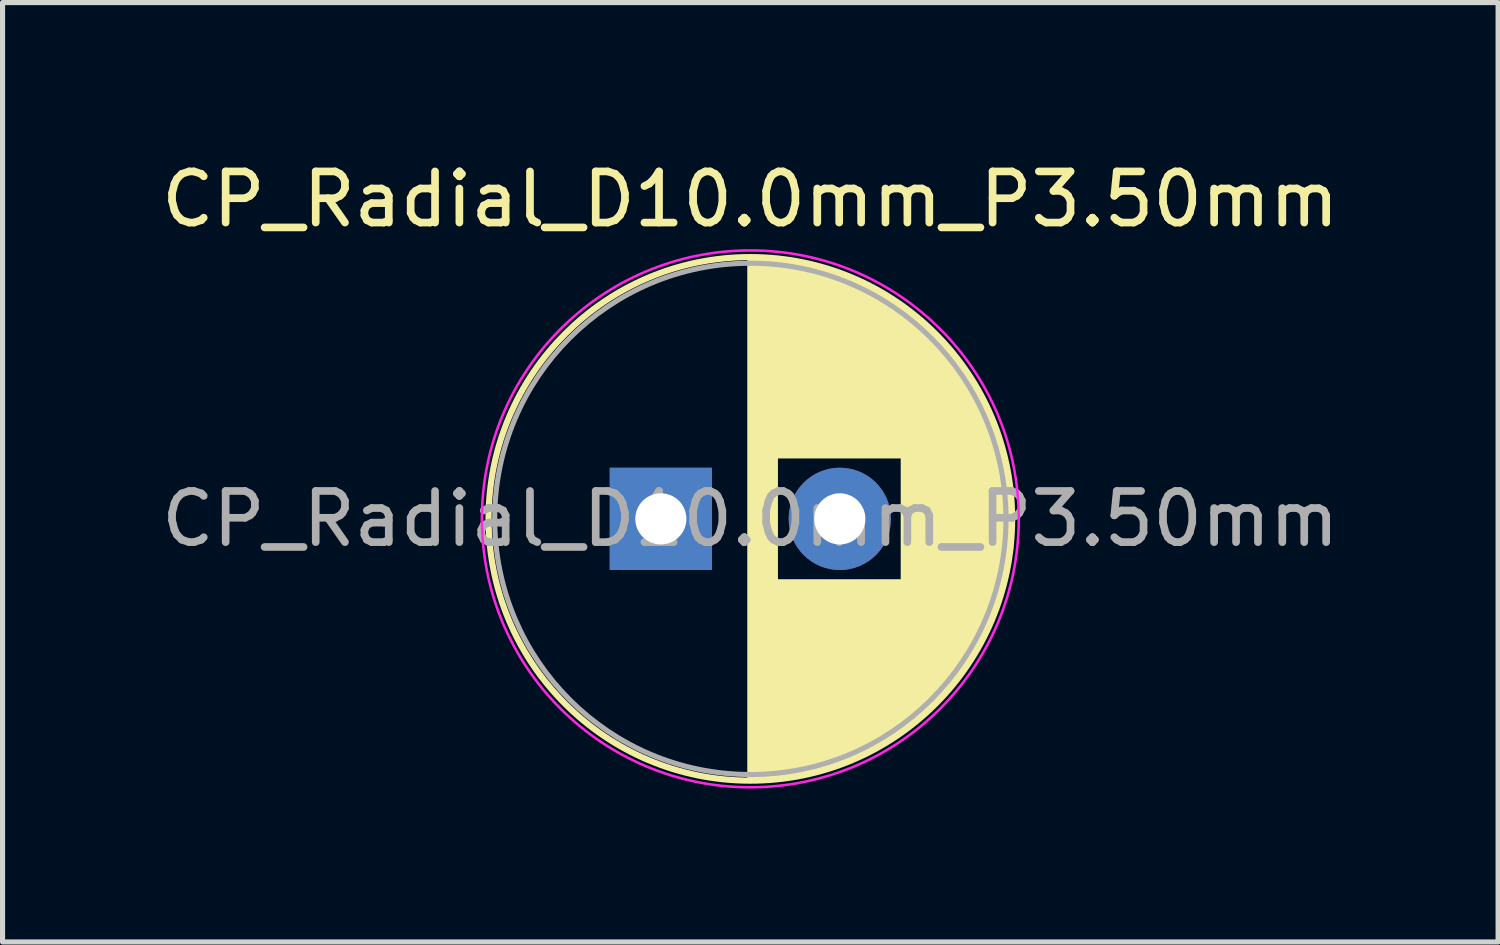
<source format=kicad_pcb>
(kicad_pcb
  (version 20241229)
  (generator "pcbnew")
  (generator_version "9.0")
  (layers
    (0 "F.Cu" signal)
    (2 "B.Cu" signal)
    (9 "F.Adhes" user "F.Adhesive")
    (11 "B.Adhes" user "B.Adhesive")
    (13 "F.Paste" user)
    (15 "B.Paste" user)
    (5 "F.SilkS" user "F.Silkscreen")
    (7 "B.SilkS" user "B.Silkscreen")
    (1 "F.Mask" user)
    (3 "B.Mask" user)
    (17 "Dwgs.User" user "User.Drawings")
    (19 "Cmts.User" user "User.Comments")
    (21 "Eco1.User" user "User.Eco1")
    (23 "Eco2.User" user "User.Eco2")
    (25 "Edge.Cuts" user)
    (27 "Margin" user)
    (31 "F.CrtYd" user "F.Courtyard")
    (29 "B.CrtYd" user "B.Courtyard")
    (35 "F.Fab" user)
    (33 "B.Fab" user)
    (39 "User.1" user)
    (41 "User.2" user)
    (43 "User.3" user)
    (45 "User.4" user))
  (footprint "CP_Radial_D10.0mm_P3.50mm"
    (layer "F.Cu")
    (at 9.875 7.098)
    (property "Reference" "CP_Radial_D10.0mm_P3.50mm" (at 1.75 -6.25 0) (layer "F.SilkS") (effects (font (size 1 1) (thickness 0.15))))
    (attr through_hole)
    (fp_line (start 1.75 -5.08) (end 1.75 5.08) (stroke (width 0.12) (type solid)) (layer "F.SilkS"))
    (fp_line (start 1.79 -5.08) (end 1.79 5.08) (stroke (width 0.12) (type solid)) (layer "F.SilkS"))
    (fp_line (start 1.83 -5.08) (end 1.83 5.08) (stroke (width 0.12) (type solid)) (layer "F.SilkS"))
    (fp_line (start 1.87 -5.079) (end 1.87 5.079) (stroke (width 0.12) (type solid)) (layer "F.SilkS"))
    (fp_line (start 1.91 -5.078) (end 1.91 5.078) (stroke (width 0.12) (type solid)) (layer "F.SilkS"))
    (fp_line (start 1.95 -5.077) (end 1.95 5.077) (stroke (width 0.12) (type solid)) (layer "F.SilkS"))
    (fp_line (start 1.99 -5.075) (end 1.99 5.075) (stroke (width 0.12) (type solid)) (layer "F.SilkS"))
    (fp_line (start 2.03 -5.073) (end 2.03 5.073) (stroke (width 0.12) (type solid)) (layer "F.SilkS"))
    (fp_line (start 2.07 -5.07) (end 2.07 5.07) (stroke (width 0.12) (type solid)) (layer "F.SilkS"))
    (fp_line (start 2.11 -5.068) (end 2.11 5.068) (stroke (width 0.12) (type solid)) (layer "F.SilkS"))
    (fp_line (start 2.15 -5.065) (end 2.15 5.065) (stroke (width 0.12) (type solid)) (layer "F.SilkS"))
    (fp_line (start 2.19 -5.062) (end 2.19 5.062) (stroke (width 0.12) (type solid)) (layer "F.SilkS"))
    (fp_line (start 2.23 -5.058) (end 2.23 5.058) (stroke (width 0.12) (type solid)) (layer "F.SilkS"))
    (fp_line (start 2.27 -5.054) (end 2.27 -1.241) (stroke (width 0.12) (type solid)) (layer "F.SilkS"))
    (fp_line (start 2.27 1.241) (end 2.27 5.054) (stroke (width 0.12) (type solid)) (layer "F.SilkS"))
    (fp_line (start 2.31 -5.05) (end 2.31 -1.241) (stroke (width 0.12) (type solid)) (layer "F.SilkS"))
    (fp_line (start 2.31 1.241) (end 2.31 5.05) (stroke (width 0.12) (type solid)) (layer "F.SilkS"))
    (fp_line (start 2.35 -5.045) (end 2.35 -1.241) (stroke (width 0.12) (type solid)) (layer "F.SilkS"))
    (fp_line (start 2.35 1.241) (end 2.35 5.045) (stroke (width 0.12) (type solid)) (layer "F.SilkS"))
    (fp_line (start 2.39 -5.04) (end 2.39 -1.241) (stroke (width 0.12) (type solid)) (layer "F.SilkS"))
    (fp_line (start 2.39 1.241) (end 2.39 5.04) (stroke (width 0.12) (type solid)) (layer "F.SilkS"))
    (fp_line (start 2.43 -5.035) (end 2.43 -1.241) (stroke (width 0.12) (type solid)) (layer "F.SilkS"))
    (fp_line (start 2.43 1.241) (end 2.43 5.035) (stroke (width 0.12) (type solid)) (layer "F.SilkS"))
    (fp_line (start 2.471 -5.03) (end 2.471 -1.241) (stroke (width 0.12) (type solid)) (layer "F.SilkS"))
    (fp_line (start 2.471 1.241) (end 2.471 5.03) (stroke (width 0.12) (type solid)) (layer "F.SilkS"))
    (fp_line (start 2.511 -5.024) (end 2.511 -1.241) (stroke (width 0.12) (type solid)) (layer "F.SilkS"))
    (fp_line (start 2.511 1.241) (end 2.511 5.024) (stroke (width 0.12) (type solid)) (layer "F.SilkS"))
    (fp_line (start 2.551 -5.018) (end 2.551 -1.241) (stroke (width 0.12) (type solid)) (layer "F.SilkS"))
    (fp_line (start 2.551 1.241) (end 2.551 5.018) (stroke (width 0.12) (type solid)) (layer "F.SilkS"))
    (fp_line (start 2.591 -5.011) (end 2.591 -1.241) (stroke (width 0.12) (type solid)) (layer "F.SilkS"))
    (fp_line (start 2.591 1.241) (end 2.591 5.011) (stroke (width 0.12) (type solid)) (layer "F.SilkS"))
    (fp_line (start 2.631 -5.004) (end 2.631 -1.241) (stroke (width 0.12) (type solid)) (layer "F.SilkS"))
    (fp_line (start 2.631 1.241) (end 2.631 5.004) (stroke (width 0.12) (type solid)) (layer "F.SilkS"))
    (fp_line (start 2.671 -4.997) (end 2.671 -1.241) (stroke (width 0.12) (type solid)) (layer "F.SilkS"))
    (fp_line (start 2.671 1.241) (end 2.671 4.997) (stroke (width 0.12) (type solid)) (layer "F.SilkS"))
    (fp_line (start 2.711 -4.99) (end 2.711 -1.241) (stroke (width 0.12) (type solid)) (layer "F.SilkS"))
    (fp_line (start 2.711 1.241) (end 2.711 4.99) (stroke (width 0.12) (type solid)) (layer "F.SilkS"))
    (fp_line (start 2.751 -4.982) (end 2.751 -1.241) (stroke (width 0.12) (type solid)) (layer "F.SilkS"))
    (fp_line (start 2.751 1.241) (end 2.751 4.982) (stroke (width 0.12) (type solid)) (layer "F.SilkS"))
    (fp_line (start 2.791 -4.974) (end 2.791 -1.241) (stroke (width 0.12) (type solid)) (layer "F.SilkS"))
    (fp_line (start 2.791 1.241) (end 2.791 4.974) (stroke (width 0.12) (type solid)) (layer "F.SilkS"))
    (fp_line (start 2.831 -4.965) (end 2.831 -1.241) (stroke (width 0.12) (type solid)) (layer "F.SilkS"))
    (fp_line (start 2.831 1.241) (end 2.831 4.965) (stroke (width 0.12) (type solid)) (layer "F.SilkS"))
    (fp_line (start 2.871 -4.956) (end 2.871 -1.241) (stroke (width 0.12) (type solid)) (layer "F.SilkS"))
    (fp_line (start 2.871 1.241) (end 2.871 4.956) (stroke (width 0.12) (type solid)) (layer "F.SilkS"))
    (fp_line (start 2.911 -4.947) (end 2.911 -1.241) (stroke (width 0.12) (type solid)) (layer "F.SilkS"))
    (fp_line (start 2.911 1.241) (end 2.911 4.947) (stroke (width 0.12) (type solid)) (layer "F.SilkS"))
    (fp_line (start 2.951 -4.938) (end 2.951 -1.241) (stroke (width 0.12) (type solid)) (layer "F.SilkS"))
    (fp_line (start 2.951 1.241) (end 2.951 4.938) (stroke (width 0.12) (type solid)) (layer "F.SilkS"))
    (fp_line (start 2.991 -4.928) (end 2.991 -1.241) (stroke (width 0.12) (type solid)) (layer "F.SilkS"))
    (fp_line (start 2.991 1.241) (end 2.991 4.928) (stroke (width 0.12) (type solid)) (layer "F.SilkS"))
    (fp_line (start 3.031 -4.918) (end 3.031 -1.241) (stroke (width 0.12) (type solid)) (layer "F.SilkS"))
    (fp_line (start 3.031 1.241) (end 3.031 4.918) (stroke (width 0.12) (type solid)) (layer "F.SilkS"))
    (fp_line (start 3.071 -4.907) (end 3.071 -1.241) (stroke (width 0.12) (type solid)) (layer "F.SilkS"))
    (fp_line (start 3.071 1.241) (end 3.071 4.907) (stroke (width 0.12) (type solid)) (layer "F.SilkS"))
    (fp_line (start 3.111 -4.897) (end 3.111 -1.241) (stroke (width 0.12) (type solid)) (layer "F.SilkS"))
    (fp_line (start 3.111 1.241) (end 3.111 4.897) (stroke (width 0.12) (type solid)) (layer "F.SilkS"))
    (fp_line (start 3.151 -4.885) (end 3.151 -1.241) (stroke (width 0.12) (type solid)) (layer "F.SilkS"))
    (fp_line (start 3.151 1.241) (end 3.151 4.885) (stroke (width 0.12) (type solid)) (layer "F.SilkS"))
    (fp_line (start 3.191 -4.874) (end 3.191 -1.241) (stroke (width 0.12) (type solid)) (layer "F.SilkS"))
    (fp_line (start 3.191 1.241) (end 3.191 4.874) (stroke (width 0.12) (type solid)) (layer "F.SilkS"))
    (fp_line (start 3.231 -4.862) (end 3.231 -1.241) (stroke (width 0.12) (type solid)) (layer "F.SilkS"))
    (fp_line (start 3.231 1.241) (end 3.231 4.862) (stroke (width 0.12) (type solid)) (layer "F.SilkS"))
    (fp_line (start 3.271 -4.85) (end 3.271 -1.241) (stroke (width 0.12) (type solid)) (layer "F.SilkS"))
    (fp_line (start 3.271 1.241) (end 3.271 4.85) (stroke (width 0.12) (type solid)) (layer "F.SilkS"))
    (fp_line (start 3.311 -4.837) (end 3.311 -1.241) (stroke (width 0.12) (type solid)) (layer "F.SilkS"))
    (fp_line (start 3.311 1.241) (end 3.311 4.837) (stroke (width 0.12) (type solid)) (layer "F.SilkS"))
    (fp_line (start 3.351 -4.824) (end 3.351 -1.241) (stroke (width 0.12) (type solid)) (layer "F.SilkS"))
    (fp_line (start 3.351 1.241) (end 3.351 4.824) (stroke (width 0.12) (type solid)) (layer "F.SilkS"))
    (fp_line (start 3.391 -4.811) (end 3.391 -1.241) (stroke (width 0.12) (type solid)) (layer "F.SilkS"))
    (fp_line (start 3.391 1.241) (end 3.391 4.811) (stroke (width 0.12) (type solid)) (layer "F.SilkS"))
    (fp_line (start 3.431 -4.797) (end 3.431 -1.241) (stroke (width 0.12) (type solid)) (layer "F.SilkS"))
    (fp_line (start 3.431 1.241) (end 3.431 4.797) (stroke (width 0.12) (type solid)) (layer "F.SilkS"))
    (fp_line (start 3.471 -4.783) (end 3.471 -1.241) (stroke (width 0.12) (type solid)) (layer "F.SilkS"))
    (fp_line (start 3.471 1.241) (end 3.471 4.783) (stroke (width 0.12) (type solid)) (layer "F.SilkS"))
    (fp_line (start 3.511 -4.768) (end 3.511 -1.241) (stroke (width 0.12) (type solid)) (layer "F.SilkS"))
    (fp_line (start 3.511 1.241) (end 3.511 4.768) (stroke (width 0.12) (type solid)) (layer "F.SilkS"))
    (fp_line (start 3.551 -4.754) (end 3.551 -1.241) (stroke (width 0.12) (type solid)) (layer "F.SilkS"))
    (fp_line (start 3.551 1.241) (end 3.551 4.754) (stroke (width 0.12) (type solid)) (layer "F.SilkS"))
    (fp_line (start 3.591 -4.738) (end 3.591 -1.241) (stroke (width 0.12) (type solid)) (layer "F.SilkS"))
    (fp_line (start 3.591 1.241) (end 3.591 4.738) (stroke (width 0.12) (type solid)) (layer "F.SilkS"))
    (fp_line (start 3.631 -4.723) (end 3.631 -1.241) (stroke (width 0.12) (type solid)) (layer "F.SilkS"))
    (fp_line (start 3.631 1.241) (end 3.631 4.723) (stroke (width 0.12) (type solid)) (layer "F.SilkS"))
    (fp_line (start 3.671 -4.707) (end 3.671 -1.241) (stroke (width 0.12) (type solid)) (layer "F.SilkS"))
    (fp_line (start 3.671 1.241) (end 3.671 4.707) (stroke (width 0.12) (type solid)) (layer "F.SilkS"))
    (fp_line (start 3.711 -4.69) (end 3.711 -1.241) (stroke (width 0.12) (type solid)) (layer "F.SilkS"))
    (fp_line (start 3.711 1.241) (end 3.711 4.69) (stroke (width 0.12) (type solid)) (layer "F.SilkS"))
    (fp_line (start 3.751 -4.674) (end 3.751 -1.241) (stroke (width 0.12) (type solid)) (layer "F.SilkS"))
    (fp_line (start 3.751 1.241) (end 3.751 4.674) (stroke (width 0.12) (type solid)) (layer "F.SilkS"))
    (fp_line (start 3.791 -4.657) (end 3.791 -1.241) (stroke (width 0.12) (type solid)) (layer "F.SilkS"))
    (fp_line (start 3.791 1.241) (end 3.791 4.657) (stroke (width 0.12) (type solid)) (layer "F.SilkS"))
    (fp_line (start 3.831 -4.639) (end 3.831 -1.241) (stroke (width 0.12) (type solid)) (layer "F.SilkS"))
    (fp_line (start 3.831 1.241) (end 3.831 4.639) (stroke (width 0.12) (type solid)) (layer "F.SilkS"))
    (fp_line (start 3.871 -4.621) (end 3.871 -1.241) (stroke (width 0.12) (type solid)) (layer "F.SilkS"))
    (fp_line (start 3.871 1.241) (end 3.871 4.621) (stroke (width 0.12) (type solid)) (layer "F.SilkS"))
    (fp_line (start 3.911 -4.603) (end 3.911 -1.241) (stroke (width 0.12) (type solid)) (layer "F.SilkS"))
    (fp_line (start 3.911 1.241) (end 3.911 4.603) (stroke (width 0.12) (type solid)) (layer "F.SilkS"))
    (fp_line (start 3.951 -4.584) (end 3.951 -1.241) (stroke (width 0.12) (type solid)) (layer "F.SilkS"))
    (fp_line (start 3.951 1.241) (end 3.951 4.584) (stroke (width 0.12) (type solid)) (layer "F.SilkS"))
    (fp_line (start 3.991 -4.564) (end 3.991 -1.241) (stroke (width 0.12) (type solid)) (layer "F.SilkS"))
    (fp_line (start 3.991 1.241) (end 3.991 4.564) (stroke (width 0.12) (type solid)) (layer "F.SilkS"))
    (fp_line (start 4.031 -4.545) (end 4.031 -1.241) (stroke (width 0.12) (type solid)) (layer "F.SilkS"))
    (fp_line (start 4.031 1.241) (end 4.031 4.545) (stroke (width 0.12) (type solid)) (layer "F.SilkS"))
    (fp_line (start 4.071 -4.525) (end 4.071 -1.241) (stroke (width 0.12) (type solid)) (layer "F.SilkS"))
    (fp_line (start 4.071 1.241) (end 4.071 4.525) (stroke (width 0.12) (type solid)) (layer "F.SilkS"))
    (fp_line (start 4.111 -4.504) (end 4.111 -1.241) (stroke (width 0.12) (type solid)) (layer "F.SilkS"))
    (fp_line (start 4.111 1.241) (end 4.111 4.504) (stroke (width 0.12) (type solid)) (layer "F.SilkS"))
    (fp_line (start 4.151 -4.483) (end 4.151 -1.241) (stroke (width 0.12) (type solid)) (layer "F.SilkS"))
    (fp_line (start 4.151 1.241) (end 4.151 4.483) (stroke (width 0.12) (type solid)) (layer "F.SilkS"))
    (fp_line (start 4.191 -4.462) (end 4.191 -1.241) (stroke (width 0.12) (type solid)) (layer "F.SilkS"))
    (fp_line (start 4.191 1.241) (end 4.191 4.462) (stroke (width 0.12) (type solid)) (layer "F.SilkS"))
    (fp_line (start 4.231 -4.44) (end 4.231 -1.241) (stroke (width 0.12) (type solid)) (layer "F.SilkS"))
    (fp_line (start 4.231 1.241) (end 4.231 4.44) (stroke (width 0.12) (type solid)) (layer "F.SilkS"))
    (fp_line (start 4.271 -4.417) (end 4.271 -1.241) (stroke (width 0.12) (type solid)) (layer "F.SilkS"))
    (fp_line (start 4.271 1.241) (end 4.271 4.417) (stroke (width 0.12) (type solid)) (layer "F.SilkS"))
    (fp_line (start 4.311 -4.395) (end 4.311 -1.241) (stroke (width 0.12) (type solid)) (layer "F.SilkS"))
    (fp_line (start 4.311 1.241) (end 4.311 4.395) (stroke (width 0.12) (type solid)) (layer "F.SilkS"))
    (fp_line (start 4.351 -4.371) (end 4.351 -1.241) (stroke (width 0.12) (type solid)) (layer "F.SilkS"))
    (fp_line (start 4.351 1.241) (end 4.351 4.371) (stroke (width 0.12) (type solid)) (layer "F.SilkS"))
    (fp_line (start 4.391 -4.347) (end 4.391 -1.241) (stroke (width 0.12) (type solid)) (layer "F.SilkS"))
    (fp_line (start 4.391 1.241) (end 4.391 4.347) (stroke (width 0.12) (type solid)) (layer "F.SilkS"))
    (fp_line (start 4.431 -4.323) (end 4.431 -1.241) (stroke (width 0.12) (type solid)) (layer "F.SilkS"))
    (fp_line (start 4.431 1.241) (end 4.431 4.323) (stroke (width 0.12) (type solid)) (layer "F.SilkS"))
    (fp_line (start 4.471 -4.298) (end 4.471 -1.241) (stroke (width 0.12) (type solid)) (layer "F.SilkS"))
    (fp_line (start 4.471 1.241) (end 4.471 4.298) (stroke (width 0.12) (type solid)) (layer "F.SilkS"))
    (fp_line (start 4.511 -4.273) (end 4.511 -1.241) (stroke (width 0.12) (type solid)) (layer "F.SilkS"))
    (fp_line (start 4.511 1.241) (end 4.511 4.273) (stroke (width 0.12) (type solid)) (layer "F.SilkS"))
    (fp_line (start 4.551 -4.247) (end 4.551 -1.241) (stroke (width 0.12) (type solid)) (layer "F.SilkS"))
    (fp_line (start 4.551 1.241) (end 4.551 4.247) (stroke (width 0.12) (type solid)) (layer "F.SilkS"))
    (fp_line (start 4.591 -4.221) (end 4.591 -1.241) (stroke (width 0.12) (type solid)) (layer "F.SilkS"))
    (fp_line (start 4.591 1.241) (end 4.591 4.221) (stroke (width 0.12) (type solid)) (layer "F.SilkS"))
    (fp_line (start 4.631 -4.194) (end 4.631 -1.241) (stroke (width 0.12) (type solid)) (layer "F.SilkS"))
    (fp_line (start 4.631 1.241) (end 4.631 4.194) (stroke (width 0.12) (type solid)) (layer "F.SilkS"))
    (fp_line (start 4.671 -4.166) (end 4.671 -1.241) (stroke (width 0.12) (type solid)) (layer "F.SilkS"))
    (fp_line (start 4.671 1.241) (end 4.671 4.166) (stroke (width 0.12) (type solid)) (layer "F.SilkS"))
    (fp_line (start 4.711 -4.138) (end 4.711 -1.241) (stroke (width 0.12) (type solid)) (layer "F.SilkS"))
    (fp_line (start 4.711 1.241) (end 4.711 4.138) (stroke (width 0.12) (type solid)) (layer "F.SilkS"))
    (fp_line (start 4.751 -4.11) (end 4.751 4.11) (stroke (width 0.12) (type solid)) (layer "F.SilkS"))
    (fp_line (start 4.791 -4.08) (end 4.791 4.08) (stroke (width 0.12) (type solid)) (layer "F.SilkS"))
    (fp_line (start 4.831 -4.05) (end 4.831 4.05) (stroke (width 0.12) (type solid)) (layer "F.SilkS"))
    (fp_line (start 4.871 -4.02) (end 4.871 4.02) (stroke (width 0.12) (type solid)) (layer "F.SilkS"))
    (fp_line (start 4.911 -3.989) (end 4.911 3.989) (stroke (width 0.12) (type solid)) (layer "F.SilkS"))
    (fp_line (start 4.951 -3.957) (end 4.951 3.957) (stroke (width 0.12) (type solid)) (layer "F.SilkS"))
    (fp_line (start 4.991 -3.925) (end 4.991 3.925) (stroke (width 0.12) (type solid)) (layer "F.SilkS"))
    (fp_line (start 5.031 -3.892) (end 5.031 3.892) (stroke (width 0.12) (type solid)) (layer "F.SilkS"))
    (fp_line (start 5.071 -3.858) (end 5.071 3.858) (stroke (width 0.12) (type solid)) (layer "F.SilkS"))
    (fp_line (start 5.111 -3.824) (end 5.111 3.824) (stroke (width 0.12) (type solid)) (layer "F.SilkS"))
    (fp_line (start 5.151 -3.789) (end 5.151 3.789) (stroke (width 0.12) (type solid)) (layer "F.SilkS"))
    (fp_line (start 5.191 -3.753) (end 5.191 3.753) (stroke (width 0.12) (type solid)) (layer "F.SilkS"))
    (fp_line (start 5.231 -3.716) (end 5.231 3.716) (stroke (width 0.12) (type solid)) (layer "F.SilkS"))
    (fp_line (start 5.271 -3.679) (end 5.271 3.679) (stroke (width 0.12) (type solid)) (layer "F.SilkS"))
    (fp_line (start 5.311 -3.64) (end 5.311 3.64) (stroke (width 0.12) (type solid)) (layer "F.SilkS"))
    (fp_line (start 5.351 -3.601) (end 5.351 3.601) (stroke (width 0.12) (type solid)) (layer "F.SilkS"))
    (fp_line (start 5.391 -3.561) (end 5.391 3.561) (stroke (width 0.12) (type solid)) (layer "F.SilkS"))
    (fp_line (start 5.431 -3.52) (end 5.431 3.52) (stroke (width 0.12) (type solid)) (layer "F.SilkS"))
    (fp_line (start 5.471 -3.478) (end 5.471 3.478) (stroke (width 0.12) (type solid)) (layer "F.SilkS"))
    (fp_line (start 5.511 -3.436) (end 5.511 3.436) (stroke (width 0.12) (type solid)) (layer "F.SilkS"))
    (fp_line (start 5.551 -3.392) (end 5.551 3.392) (stroke (width 0.12) (type solid)) (layer "F.SilkS"))
    (fp_line (start 5.591 -3.347) (end 5.591 3.347) (stroke (width 0.12) (type solid)) (layer "F.SilkS"))
    (fp_line (start 5.631 -3.301) (end 5.631 3.301) (stroke (width 0.12) (type solid)) (layer "F.SilkS"))
    (fp_line (start 5.671 -3.254) (end 5.671 3.254) (stroke (width 0.12) (type solid)) (layer "F.SilkS"))
    (fp_line (start 5.711 -3.206) (end 5.711 3.206) (stroke (width 0.12) (type solid)) (layer "F.SilkS"))
    (fp_line (start 5.751 -3.156) (end 5.751 3.156) (stroke (width 0.12) (type solid)) (layer "F.SilkS"))
    (fp_line (start 5.791 -3.106) (end 5.791 3.106) (stroke (width 0.12) (type solid)) (layer "F.SilkS"))
    (fp_line (start 5.831 -3.054) (end 5.831 3.054) (stroke (width 0.12) (type solid)) (layer "F.SilkS"))
    (fp_line (start 5.871 -3) (end 5.871 3) (stroke (width 0.12) (type solid)) (layer "F.SilkS"))
    (fp_line (start 5.911 -2.945) (end 5.911 2.945) (stroke (width 0.12) (type solid)) (layer "F.SilkS"))
    (fp_line (start 5.951 -2.889) (end 5.951 2.889) (stroke (width 0.12) (type solid)) (layer "F.SilkS"))
    (fp_line (start 5.991 -2.83) (end 5.991 2.83) (stroke (width 0.12) (type solid)) (layer "F.SilkS"))
    (fp_line (start 6.031 -2.77) (end 6.031 2.77) (stroke (width 0.12) (type solid)) (layer "F.SilkS"))
    (fp_line (start 6.071 -2.709) (end 6.071 2.709) (stroke (width 0.12) (type solid)) (layer "F.SilkS"))
    (fp_line (start 6.111 -2.645) (end 6.111 2.645) (stroke (width 0.12) (type solid)) (layer "F.SilkS"))
    (fp_line (start 6.151 -2.579) (end 6.151 2.579) (stroke (width 0.12) (type solid)) (layer "F.SilkS"))
    (fp_line (start 6.191 -2.51) (end 6.191 2.51) (stroke (width 0.12) (type solid)) (layer "F.SilkS"))
    (fp_line (start 6.231 -2.439) (end 6.231 2.439) (stroke (width 0.12) (type solid)) (layer "F.SilkS"))
    (fp_line (start 6.271 -2.365) (end 6.271 2.365) (stroke (width 0.12) (type solid)) (layer "F.SilkS"))
    (fp_line (start 6.311 -2.289) (end 6.311 2.289) (stroke (width 0.12) (type solid)) (layer "F.SilkS"))
    (fp_line (start 6.351 -2.209) (end 6.351 2.209) (stroke (width 0.12) (type solid)) (layer "F.SilkS"))
    (fp_line (start 6.391 -2.125) (end 6.391 2.125) (stroke (width 0.12) (type solid)) (layer "F.SilkS"))
    (fp_line (start 6.431 -2.037) (end 6.431 2.037) (stroke (width 0.12) (type solid)) (layer "F.SilkS"))
    (fp_line (start 6.471 -1.944) (end 6.471 1.944) (stroke (width 0.12) (type solid)) (layer "F.SilkS"))
    (fp_line (start 6.511 -1.846) (end 6.511 1.846) (stroke (width 0.12) (type solid)) (layer "F.SilkS"))
    (fp_line (start 6.551 -1.742) (end 6.551 1.742) (stroke (width 0.12) (type solid)) (layer "F.SilkS"))
    (fp_line (start 6.591 -1.63) (end 6.591 1.63) (stroke (width 0.12) (type solid)) (layer "F.SilkS"))
    (fp_line (start 6.631 -1.51) (end 6.631 1.51) (stroke (width 0.12) (type solid)) (layer "F.SilkS"))
    (fp_line (start 6.671 -1.378) (end 6.671 1.378) (stroke (width 0.12) (type solid)) (layer "F.SilkS"))
    (fp_line (start 6.711 -1.23) (end 6.711 1.23) (stroke (width 0.12) (type solid)) (layer "F.SilkS"))
    (fp_line (start 6.751 -1.062) (end 6.751 1.062) (stroke (width 0.12) (type solid)) (layer "F.SilkS"))
    (fp_line (start 6.791 -0.862) (end 6.791 0.862) (stroke (width 0.12) (type solid)) (layer "F.SilkS"))
    (fp_line (start 6.831 -0.599) (end 6.831 0.599) (stroke (width 0.12) (type solid)) (layer "F.SilkS"))
    (fp_circle (center 1.75 0) (end 6.87 0) (stroke (width 0.12) (type solid)) (fill no) (layer "F.SilkS"))
    (fp_circle (center 1.75 0) (end 7 0) (stroke (width 0.05) (type solid)) (fill no) (layer "F.CrtYd"))
    (fp_circle (center 1.75 0) (end 6.75 0) (stroke (width 0.1) (type solid)) (fill no) (layer "F.Fab"))
    (fp_text user "${REFERENCE}" (at 1.75 0 0) (layer "F.Fab") (effects (font (size 1 1) (thickness 0.15))))
    (pad "1" thru_hole rect (at 0 0) (size 2 2) (drill 1) (layers "*.Cu" "*.Mask"))
    (pad "2" thru_hole circle (at 3.5 0) (size 2 2) (drill 1) (layers "*.Cu" "*.Mask")))
  (gr_rect
    (start -3 -3)
    (end 26.25 15.373)
    (stroke (width 0.1) (type default))
    (fill no)
    (layer "Edge.Cuts")))
</source>
